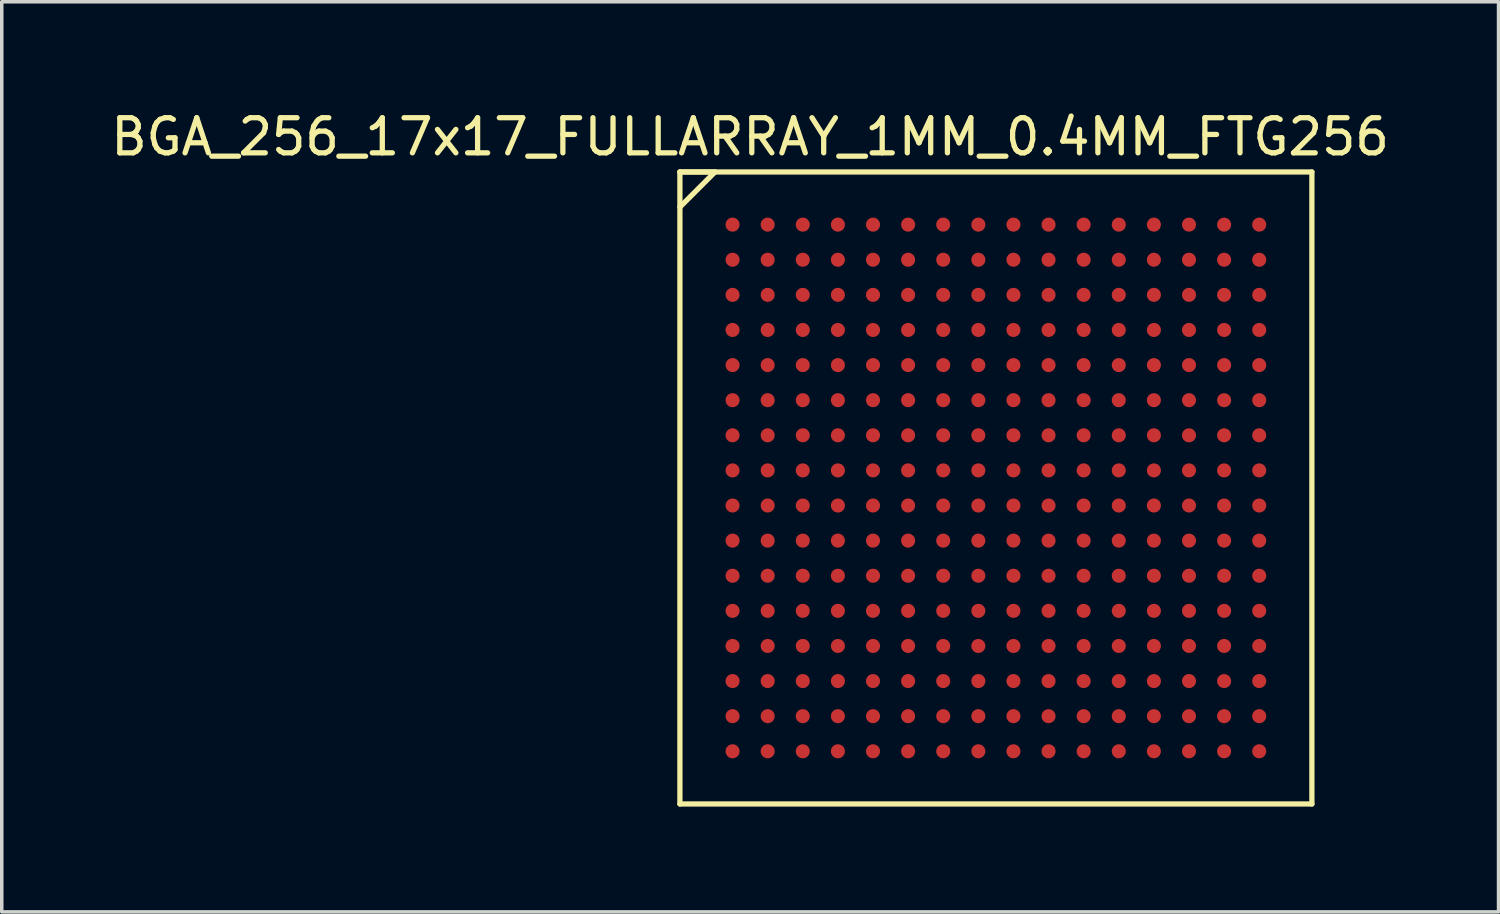
<source format=kicad_pcb>
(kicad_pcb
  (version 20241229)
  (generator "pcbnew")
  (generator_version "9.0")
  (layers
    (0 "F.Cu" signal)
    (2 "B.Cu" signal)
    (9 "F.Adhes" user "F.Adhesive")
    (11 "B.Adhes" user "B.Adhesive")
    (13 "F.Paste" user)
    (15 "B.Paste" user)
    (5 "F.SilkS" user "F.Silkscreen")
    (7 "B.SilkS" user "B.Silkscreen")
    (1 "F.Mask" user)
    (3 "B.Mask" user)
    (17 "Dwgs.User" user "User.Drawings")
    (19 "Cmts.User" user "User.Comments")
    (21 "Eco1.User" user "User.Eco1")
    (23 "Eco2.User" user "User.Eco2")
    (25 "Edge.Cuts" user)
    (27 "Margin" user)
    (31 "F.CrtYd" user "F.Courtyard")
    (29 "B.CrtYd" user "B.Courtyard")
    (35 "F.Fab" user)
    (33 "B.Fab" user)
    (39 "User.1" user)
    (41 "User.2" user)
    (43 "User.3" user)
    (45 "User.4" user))
  (footprint "BGA_256_17x17_FULLARRAY_1MM_0.4MM_FTG256"
    (layer "F.Cu")
    (at 25.315 10.848)
    (property "Reference" "BGA_256_17x17_FULLARRAY_1MM_0.4MM_FTG256" (at -7 -10 0) (layer "F.SilkS") (effects (font (size 1 1) (thickness 0.15))))
    (attr smd)
    (fp_line (start -9 -9) (end -9 9) (stroke (width 0.15) (type solid)) (layer "F.SilkS"))
    (fp_line (start -9 -9) (end -8 -9) (stroke (width 0.15) (type solid)) (layer "F.SilkS"))
    (fp_line (start -9 9) (end 9 9) (stroke (width 0.15) (type solid)) (layer "F.SilkS"))
    (fp_line (start -8 -9) (end -9 -8) (stroke (width 0.15) (type solid)) (layer "F.SilkS"))
    (fp_line (start 9 -9) (end -9 -9) (stroke (width 0.15) (type solid)) (layer "F.SilkS"))
    (fp_line (start 9 9) (end 9 -9) (stroke (width 0.15) (type solid)) (layer "F.SilkS"))
    (pad "A1" smd circle (at -7.5 -7.5) (size 0.4 0.4) (layers "F.Cu" "F.Mask" "F.Paste"))
    (pad "A2" smd circle (at -6.5 -7.5) (size 0.4 0.4) (layers "F.Cu" "F.Mask" "F.Paste"))
    (pad "A3" smd circle (at -5.5 -7.5) (size 0.4 0.4) (layers "F.Cu" "F.Mask" "F.Paste"))
    (pad "A4" smd circle (at -4.5 -7.5) (size 0.4 0.4) (layers "F.Cu" "F.Mask" "F.Paste"))
    (pad "A5" smd circle (at -3.5 -7.5) (size 0.4 0.4) (layers "F.Cu" "F.Mask" "F.Paste"))
    (pad "A6" smd circle (at -2.5 -7.5) (size 0.4 0.4) (layers "F.Cu" "F.Mask" "F.Paste"))
    (pad "A7" smd circle (at -1.5 -7.5) (size 0.4 0.4) (layers "F.Cu" "F.Mask" "F.Paste"))
    (pad "A8" smd circle (at -0.5 -7.5) (size 0.4 0.4) (layers "F.Cu" "F.Mask" "F.Paste"))
    (pad "A9" smd circle (at 0.5 -7.5) (size 0.4 0.4) (layers "F.Cu" "F.Mask" "F.Paste"))
    (pad "A10" smd circle (at 1.5 -7.5) (size 0.4 0.4) (layers "F.Cu" "F.Mask" "F.Paste"))
    (pad "A11" smd circle (at 2.5 -7.5) (size 0.4 0.4) (layers "F.Cu" "F.Mask" "F.Paste"))
    (pad "A12" smd circle (at 3.5 -7.5) (size 0.4 0.4) (layers "F.Cu" "F.Mask" "F.Paste"))
    (pad "A13" smd circle (at 4.5 -7.5) (size 0.4 0.4) (layers "F.Cu" "F.Mask" "F.Paste"))
    (pad "A14" smd circle (at 5.5 -7.5) (size 0.4 0.4) (layers "F.Cu" "F.Mask" "F.Paste"))
    (pad "A15" smd circle (at 6.5 -7.5) (size 0.4 0.4) (layers "F.Cu" "F.Mask" "F.Paste"))
    (pad "A16" smd circle (at 7.5 -7.5) (size 0.4 0.4) (layers "F.Cu" "F.Mask" "F.Paste"))
    (pad "B1" smd circle (at -7.5 -6.5) (size 0.4 0.4) (layers "F.Cu" "F.Mask" "F.Paste"))
    (pad "B2" smd circle (at -6.5 -6.5) (size 0.4 0.4) (layers "F.Cu" "F.Mask" "F.Paste"))
    (pad "B3" smd circle (at -5.5 -6.5) (size 0.4 0.4) (layers "F.Cu" "F.Mask" "F.Paste"))
    (pad "B4" smd circle (at -4.5 -6.5) (size 0.4 0.4) (layers "F.Cu" "F.Mask" "F.Paste"))
    (pad "B5" smd circle (at -3.5 -6.5) (size 0.4 0.4) (layers "F.Cu" "F.Mask" "F.Paste"))
    (pad "B6" smd circle (at -2.5 -6.5) (size 0.4 0.4) (layers "F.Cu" "F.Mask" "F.Paste"))
    (pad "B7" smd circle (at -1.5 -6.5) (size 0.4 0.4) (layers "F.Cu" "F.Mask" "F.Paste"))
    (pad "B8" smd circle (at -0.5 -6.5) (size 0.4 0.4) (layers "F.Cu" "F.Mask" "F.Paste"))
    (pad "B9" smd circle (at 0.5 -6.5) (size 0.4 0.4) (layers "F.Cu" "F.Mask" "F.Paste"))
    (pad "B10" smd circle (at 1.5 -6.5) (size 0.4 0.4) (layers "F.Cu" "F.Mask" "F.Paste"))
    (pad "B11" smd circle (at 2.5 -6.5) (size 0.4 0.4) (layers "F.Cu" "F.Mask" "F.Paste"))
    (pad "B12" smd circle (at 3.5 -6.5) (size 0.4 0.4) (layers "F.Cu" "F.Mask" "F.Paste"))
    (pad "B13" smd circle (at 4.5 -6.5) (size 0.4 0.4) (layers "F.Cu" "F.Mask" "F.Paste"))
    (pad "B14" smd circle (at 5.5 -6.5) (size 0.4 0.4) (layers "F.Cu" "F.Mask" "F.Paste"))
    (pad "B15" smd circle (at 6.5 -6.5) (size 0.4 0.4) (layers "F.Cu" "F.Mask" "F.Paste"))
    (pad "B16" smd circle (at 7.5 -6.5) (size 0.4 0.4) (layers "F.Cu" "F.Mask" "F.Paste"))
    (pad "C1" smd circle (at -7.5 -5.5) (size 0.4 0.4) (layers "F.Cu" "F.Mask" "F.Paste"))
    (pad "C2" smd circle (at -6.5 -5.5) (size 0.4 0.4) (layers "F.Cu" "F.Mask" "F.Paste"))
    (pad "C3" smd circle (at -5.5 -5.5) (size 0.4 0.4) (layers "F.Cu" "F.Mask" "F.Paste"))
    (pad "C4" smd circle (at -4.5 -5.5) (size 0.4 0.4) (layers "F.Cu" "F.Mask" "F.Paste"))
    (pad "C5" smd circle (at -3.5 -5.5) (size 0.4 0.4) (layers "F.Cu" "F.Mask" "F.Paste"))
    (pad "C6" smd circle (at -2.5 -5.5) (size 0.4 0.4) (layers "F.Cu" "F.Mask" "F.Paste"))
    (pad "C7" smd circle (at -1.5 -5.5) (size 0.4 0.4) (layers "F.Cu" "F.Mask" "F.Paste"))
    (pad "C8" smd circle (at -0.5 -5.5) (size 0.4 0.4) (layers "F.Cu" "F.Mask" "F.Paste"))
    (pad "C9" smd circle (at 0.5 -5.5) (size 0.4 0.4) (layers "F.Cu" "F.Mask" "F.Paste"))
    (pad "C10" smd circle (at 1.5 -5.5) (size 0.4 0.4) (layers "F.Cu" "F.Mask" "F.Paste"))
    (pad "C11" smd circle (at 2.5 -5.5) (size 0.4 0.4) (layers "F.Cu" "F.Mask" "F.Paste"))
    (pad "C12" smd circle (at 3.5 -5.5) (size 0.4 0.4) (layers "F.Cu" "F.Mask" "F.Paste"))
    (pad "C13" smd circle (at 4.5 -5.5) (size 0.4 0.4) (layers "F.Cu" "F.Mask" "F.Paste"))
    (pad "C14" smd circle (at 5.5 -5.5) (size 0.4 0.4) (layers "F.Cu" "F.Mask" "F.Paste"))
    (pad "C15" smd circle (at 6.5 -5.5) (size 0.4 0.4) (layers "F.Cu" "F.Mask" "F.Paste"))
    (pad "C16" smd circle (at 7.5 -5.5) (size 0.4 0.4) (layers "F.Cu" "F.Mask" "F.Paste"))
    (pad "D1" smd circle (at -7.5 -4.5) (size 0.4 0.4) (layers "F.Cu" "F.Mask" "F.Paste"))
    (pad "D2" smd circle (at -6.5 -4.5) (size 0.4 0.4) (layers "F.Cu" "F.Mask" "F.Paste"))
    (pad "D3" smd circle (at -5.5 -4.5) (size 0.4 0.4) (layers "F.Cu" "F.Mask" "F.Paste"))
    (pad "D4" smd circle (at -4.5 -4.5) (size 0.4 0.4) (layers "F.Cu" "F.Mask" "F.Paste"))
    (pad "D5" smd circle (at -3.5 -4.5) (size 0.4 0.4) (layers "F.Cu" "F.Mask" "F.Paste"))
    (pad "D6" smd circle (at -2.5 -4.5) (size 0.4 0.4) (layers "F.Cu" "F.Mask" "F.Paste"))
    (pad "D7" smd circle (at -1.5 -4.5) (size 0.4 0.4) (layers "F.Cu" "F.Mask" "F.Paste"))
    (pad "D8" smd circle (at -0.5 -4.5) (size 0.4 0.4) (layers "F.Cu" "F.Mask" "F.Paste"))
    (pad "D9" smd circle (at 0.5 -4.5) (size 0.4 0.4) (layers "F.Cu" "F.Mask" "F.Paste"))
    (pad "D10" smd circle (at 1.5 -4.5) (size 0.4 0.4) (layers "F.Cu" "F.Mask" "F.Paste"))
    (pad "D11" smd circle (at 2.5 -4.5) (size 0.4 0.4) (layers "F.Cu" "F.Mask" "F.Paste"))
    (pad "D12" smd circle (at 3.5 -4.5) (size 0.4 0.4) (layers "F.Cu" "F.Mask" "F.Paste"))
    (pad "D13" smd circle (at 4.5 -4.5) (size 0.4 0.4) (layers "F.Cu" "F.Mask" "F.Paste"))
    (pad "D14" smd circle (at 5.5 -4.5) (size 0.4 0.4) (layers "F.Cu" "F.Mask" "F.Paste"))
    (pad "D15" smd circle (at 6.5 -4.5) (size 0.4 0.4) (layers "F.Cu" "F.Mask" "F.Paste"))
    (pad "D16" smd circle (at 7.5 -4.5) (size 0.4 0.4) (layers "F.Cu" "F.Mask" "F.Paste"))
    (pad "E1" smd circle (at -7.5 -3.5) (size 0.4 0.4) (layers "F.Cu" "F.Mask" "F.Paste"))
    (pad "E2" smd circle (at -6.5 -3.5) (size 0.4 0.4) (layers "F.Cu" "F.Mask" "F.Paste"))
    (pad "E3" smd circle (at -5.5 -3.5) (size 0.4 0.4) (layers "F.Cu" "F.Mask" "F.Paste"))
    (pad "E4" smd circle (at -4.5 -3.5) (size 0.4 0.4) (layers "F.Cu" "F.Mask" "F.Paste"))
    (pad "E5" smd circle (at -3.5 -3.5) (size 0.4 0.4) (layers "F.Cu" "F.Mask" "F.Paste"))
    (pad "E6" smd circle (at -2.5 -3.5) (size 0.4 0.4) (layers "F.Cu" "F.Mask" "F.Paste"))
    (pad "E7" smd circle (at -1.5 -3.5) (size 0.4 0.4) (layers "F.Cu" "F.Mask" "F.Paste"))
    (pad "E8" smd circle (at -0.5 -3.5) (size 0.4 0.4) (layers "F.Cu" "F.Mask" "F.Paste"))
    (pad "E9" smd circle (at 0.5 -3.5) (size 0.4 0.4) (layers "F.Cu" "F.Mask" "F.Paste"))
    (pad "E10" smd circle (at 1.5 -3.5) (size 0.4 0.4) (layers "F.Cu" "F.Mask" "F.Paste"))
    (pad "E11" smd circle (at 2.5 -3.5) (size 0.4 0.4) (layers "F.Cu" "F.Mask" "F.Paste"))
    (pad "E12" smd circle (at 3.5 -3.5) (size 0.4 0.4) (layers "F.Cu" "F.Mask" "F.Paste"))
    (pad "E13" smd circle (at 4.5 -3.5) (size 0.4 0.4) (layers "F.Cu" "F.Mask" "F.Paste"))
    (pad "E14" smd circle (at 5.5 -3.5) (size 0.4 0.4) (layers "F.Cu" "F.Mask" "F.Paste"))
    (pad "E15" smd circle (at 6.5 -3.5) (size 0.4 0.4) (layers "F.Cu" "F.Mask" "F.Paste"))
    (pad "E16" smd circle (at 7.5 -3.5) (size 0.4 0.4) (layers "F.Cu" "F.Mask" "F.Paste"))
    (pad "F1" smd circle (at -7.5 -2.5) (size 0.4 0.4) (layers "F.Cu" "F.Mask" "F.Paste"))
    (pad "F2" smd circle (at -6.5 -2.5) (size 0.4 0.4) (layers "F.Cu" "F.Mask" "F.Paste"))
    (pad "F3" smd circle (at -5.5 -2.5) (size 0.4 0.4) (layers "F.Cu" "F.Mask" "F.Paste"))
    (pad "F4" smd circle (at -4.5 -2.5) (size 0.4 0.4) (layers "F.Cu" "F.Mask" "F.Paste"))
    (pad "F5" smd circle (at -3.5 -2.5) (size 0.4 0.4) (layers "F.Cu" "F.Mask" "F.Paste"))
    (pad "F6" smd circle (at -2.5 -2.5) (size 0.4 0.4) (layers "F.Cu" "F.Mask" "F.Paste"))
    (pad "F7" smd circle (at -1.5 -2.5) (size 0.4 0.4) (layers "F.Cu" "F.Mask" "F.Paste"))
    (pad "F8" smd circle (at -0.5 -2.5) (size 0.4 0.4) (layers "F.Cu" "F.Mask" "F.Paste"))
    (pad "F9" smd circle (at 0.5 -2.5) (size 0.4 0.4) (layers "F.Cu" "F.Mask" "F.Paste"))
    (pad "F10" smd circle (at 1.5 -2.5) (size 0.4 0.4) (layers "F.Cu" "F.Mask" "F.Paste"))
    (pad "F11" smd circle (at 2.5 -2.5) (size 0.4 0.4) (layers "F.Cu" "F.Mask" "F.Paste"))
    (pad "F12" smd circle (at 3.5 -2.5) (size 0.4 0.4) (layers "F.Cu" "F.Mask" "F.Paste"))
    (pad "F13" smd circle (at 4.5 -2.5) (size 0.4 0.4) (layers "F.Cu" "F.Mask" "F.Paste"))
    (pad "F14" smd circle (at 5.5 -2.5) (size 0.4 0.4) (layers "F.Cu" "F.Mask" "F.Paste"))
    (pad "F15" smd circle (at 6.5 -2.5) (size 0.4 0.4) (layers "F.Cu" "F.Mask" "F.Paste"))
    (pad "F16" smd circle (at 7.5 -2.5) (size 0.4 0.4) (layers "F.Cu" "F.Mask" "F.Paste"))
    (pad "G1" smd circle (at -7.5 -1.5) (size 0.4 0.4) (layers "F.Cu" "F.Mask" "F.Paste"))
    (pad "G2" smd circle (at -6.5 -1.5) (size 0.4 0.4) (layers "F.Cu" "F.Mask" "F.Paste"))
    (pad "G3" smd circle (at -5.5 -1.5) (size 0.4 0.4) (layers "F.Cu" "F.Mask" "F.Paste"))
    (pad "G4" smd circle (at -4.5 -1.5) (size 0.4 0.4) (layers "F.Cu" "F.Mask" "F.Paste"))
    (pad "G5" smd circle (at -3.5 -1.5) (size 0.4 0.4) (layers "F.Cu" "F.Mask" "F.Paste"))
    (pad "G6" smd circle (at -2.5 -1.5) (size 0.4 0.4) (layers "F.Cu" "F.Mask" "F.Paste"))
    (pad "G7" smd circle (at -1.5 -1.5) (size 0.4 0.4) (layers "F.Cu" "F.Mask" "F.Paste"))
    (pad "G8" smd circle (at -0.5 -1.5) (size 0.4 0.4) (layers "F.Cu" "F.Mask" "F.Paste"))
    (pad "G9" smd circle (at 0.5 -1.5) (size 0.4 0.4) (layers "F.Cu" "F.Mask" "F.Paste"))
    (pad "G10" smd circle (at 1.5 -1.5) (size 0.4 0.4) (layers "F.Cu" "F.Mask" "F.Paste"))
    (pad "G11" smd circle (at 2.5 -1.5) (size 0.4 0.4) (layers "F.Cu" "F.Mask" "F.Paste"))
    (pad "G12" smd circle (at 3.5 -1.5) (size 0.4 0.4) (layers "F.Cu" "F.Mask" "F.Paste"))
    (pad "G13" smd circle (at 4.5 -1.5) (size 0.4 0.4) (layers "F.Cu" "F.Mask" "F.Paste"))
    (pad "G14" smd circle (at 5.5 -1.5) (size 0.4 0.4) (layers "F.Cu" "F.Mask" "F.Paste"))
    (pad "G15" smd circle (at 6.5 -1.5) (size 0.4 0.4) (layers "F.Cu" "F.Mask" "F.Paste"))
    (pad "G16" smd circle (at 7.5 -1.5) (size 0.4 0.4) (layers "F.Cu" "F.Mask" "F.Paste"))
    (pad "H1" smd circle (at -7.5 -0.5) (size 0.4 0.4) (layers "F.Cu" "F.Mask" "F.Paste"))
    (pad "H2" smd circle (at -6.5 -0.5) (size 0.4 0.4) (layers "F.Cu" "F.Mask" "F.Paste"))
    (pad "H3" smd circle (at -5.5 -0.5) (size 0.4 0.4) (layers "F.Cu" "F.Mask" "F.Paste"))
    (pad "H4" smd circle (at -4.5 -0.5) (size 0.4 0.4) (layers "F.Cu" "F.Mask" "F.Paste"))
    (pad "H5" smd circle (at -3.5 -0.5) (size 0.4 0.4) (layers "F.Cu" "F.Mask" "F.Paste"))
    (pad "H6" smd circle (at -2.5 -0.5) (size 0.4 0.4) (layers "F.Cu" "F.Mask" "F.Paste"))
    (pad "H7" smd circle (at -1.5 -0.5) (size 0.4 0.4) (layers "F.Cu" "F.Mask" "F.Paste"))
    (pad "H8" smd circle (at -0.5 -0.5) (size 0.4 0.4) (layers "F.Cu" "F.Mask" "F.Paste"))
    (pad "H9" smd circle (at 0.5 -0.5) (size 0.4 0.4) (layers "F.Cu" "F.Mask" "F.Paste"))
    (pad "H10" smd circle (at 1.5 -0.5) (size 0.4 0.4) (layers "F.Cu" "F.Mask" "F.Paste"))
    (pad "H11" smd circle (at 2.5 -0.5) (size 0.4 0.4) (layers "F.Cu" "F.Mask" "F.Paste"))
    (pad "H12" smd circle (at 3.5 -0.5) (size 0.4 0.4) (layers "F.Cu" "F.Mask" "F.Paste"))
    (pad "H13" smd circle (at 4.5 -0.5) (size 0.4 0.4) (layers "F.Cu" "F.Mask" "F.Paste"))
    (pad "H14" smd circle (at 5.5 -0.5) (size 0.4 0.4) (layers "F.Cu" "F.Mask" "F.Paste"))
    (pad "H15" smd circle (at 6.5 -0.5) (size 0.4 0.4) (layers "F.Cu" "F.Mask" "F.Paste"))
    (pad "H16" smd circle (at 7.5 -0.5) (size 0.4 0.4) (layers "F.Cu" "F.Mask" "F.Paste"))
    (pad "J1" smd circle (at -7.5 0.5) (size 0.4 0.4) (layers "F.Cu" "F.Mask" "F.Paste"))
    (pad "J2" smd circle (at -6.5 0.5) (size 0.4 0.4) (layers "F.Cu" "F.Mask" "F.Paste"))
    (pad "J3" smd circle (at -5.5 0.5) (size 0.4 0.4) (layers "F.Cu" "F.Mask" "F.Paste"))
    (pad "J4" smd circle (at -4.5 0.5) (size 0.4 0.4) (layers "F.Cu" "F.Mask" "F.Paste"))
    (pad "J5" smd circle (at -3.5 0.5) (size 0.4 0.4) (layers "F.Cu" "F.Mask" "F.Paste"))
    (pad "J6" smd circle (at -2.5 0.5) (size 0.4 0.4) (layers "F.Cu" "F.Mask" "F.Paste"))
    (pad "J7" smd circle (at -1.5 0.5) (size 0.4 0.4) (layers "F.Cu" "F.Mask" "F.Paste"))
    (pad "J8" smd circle (at -0.5 0.5) (size 0.4 0.4) (layers "F.Cu" "F.Mask" "F.Paste"))
    (pad "J9" smd circle (at 0.5 0.5) (size 0.4 0.4) (layers "F.Cu" "F.Mask" "F.Paste"))
    (pad "J10" smd circle (at 1.5 0.5) (size 0.4 0.4) (layers "F.Cu" "F.Mask" "F.Paste"))
    (pad "J11" smd circle (at 2.5 0.5) (size 0.4 0.4) (layers "F.Cu" "F.Mask" "F.Paste"))
    (pad "J12" smd circle (at 3.5 0.5) (size 0.4 0.4) (layers "F.Cu" "F.Mask" "F.Paste"))
    (pad "J13" smd circle (at 4.5 0.5) (size 0.4 0.4) (layers "F.Cu" "F.Mask" "F.Paste"))
    (pad "J14" smd circle (at 5.5 0.5) (size 0.4 0.4) (layers "F.Cu" "F.Mask" "F.Paste"))
    (pad "J15" smd circle (at 6.5 0.5) (size 0.4 0.4) (layers "F.Cu" "F.Mask" "F.Paste"))
    (pad "J16" smd circle (at 7.5 0.5) (size 0.4 0.4) (layers "F.Cu" "F.Mask" "F.Paste"))
    (pad "K1" smd circle (at -7.5 1.5) (size 0.4 0.4) (layers "F.Cu" "F.Mask" "F.Paste"))
    (pad "K2" smd circle (at -6.5 1.5) (size 0.4 0.4) (layers "F.Cu" "F.Mask" "F.Paste"))
    (pad "K3" smd circle (at -5.5 1.5) (size 0.4 0.4) (layers "F.Cu" "F.Mask" "F.Paste"))
    (pad "K4" smd circle (at -4.5 1.5) (size 0.4 0.4) (layers "F.Cu" "F.Mask" "F.Paste"))
    (pad "K5" smd circle (at -3.5 1.5) (size 0.4 0.4) (layers "F.Cu" "F.Mask" "F.Paste"))
    (pad "K6" smd circle (at -2.5 1.5) (size 0.4 0.4) (layers "F.Cu" "F.Mask" "F.Paste"))
    (pad "K7" smd circle (at -1.5 1.5) (size 0.4 0.4) (layers "F.Cu" "F.Mask" "F.Paste"))
    (pad "K8" smd circle (at -0.5 1.5) (size 0.4 0.4) (layers "F.Cu" "F.Mask" "F.Paste"))
    (pad "K9" smd circle (at 0.5 1.5) (size 0.4 0.4) (layers "F.Cu" "F.Mask" "F.Paste"))
    (pad "K10" smd circle (at 1.5 1.5) (size 0.4 0.4) (layers "F.Cu" "F.Mask" "F.Paste"))
    (pad "K11" smd circle (at 2.5 1.5) (size 0.4 0.4) (layers "F.Cu" "F.Mask" "F.Paste"))
    (pad "K12" smd circle (at 3.5 1.5) (size 0.4 0.4) (layers "F.Cu" "F.Mask" "F.Paste"))
    (pad "K13" smd circle (at 4.5 1.5) (size 0.4 0.4) (layers "F.Cu" "F.Mask" "F.Paste"))
    (pad "K14" smd circle (at 5.5 1.5) (size 0.4 0.4) (layers "F.Cu" "F.Mask" "F.Paste"))
    (pad "K15" smd circle (at 6.5 1.5) (size 0.4 0.4) (layers "F.Cu" "F.Mask" "F.Paste"))
    (pad "K16" smd circle (at 7.5 1.5) (size 0.4 0.4) (layers "F.Cu" "F.Mask" "F.Paste"))
    (pad "L1" smd circle (at -7.5 2.5) (size 0.4 0.4) (layers "F.Cu" "F.Mask" "F.Paste"))
    (pad "L2" smd circle (at -6.5 2.5) (size 0.4 0.4) (layers "F.Cu" "F.Mask" "F.Paste"))
    (pad "L3" smd circle (at -5.5 2.5) (size 0.4 0.4) (layers "F.Cu" "F.Mask" "F.Paste"))
    (pad "L4" smd circle (at -4.5 2.5) (size 0.4 0.4) (layers "F.Cu" "F.Mask" "F.Paste"))
    (pad "L5" smd circle (at -3.5 2.5) (size 0.4 0.4) (layers "F.Cu" "F.Mask" "F.Paste"))
    (pad "L6" smd circle (at -2.5 2.5) (size 0.4 0.4) (layers "F.Cu" "F.Mask" "F.Paste"))
    (pad "L7" smd circle (at -1.5 2.5) (size 0.4 0.4) (layers "F.Cu" "F.Mask" "F.Paste"))
    (pad "L8" smd circle (at -0.5 2.5) (size 0.4 0.4) (layers "F.Cu" "F.Mask" "F.Paste"))
    (pad "L9" smd circle (at 0.5 2.5) (size 0.4 0.4) (layers "F.Cu" "F.Mask" "F.Paste"))
    (pad "L10" smd circle (at 1.5 2.5) (size 0.4 0.4) (layers "F.Cu" "F.Mask" "F.Paste"))
    (pad "L11" smd circle (at 2.5 2.5) (size 0.4 0.4) (layers "F.Cu" "F.Mask" "F.Paste"))
    (pad "L12" smd circle (at 3.5 2.5) (size 0.4 0.4) (layers "F.Cu" "F.Mask" "F.Paste"))
    (pad "L13" smd circle (at 4.5 2.5) (size 0.4 0.4) (layers "F.Cu" "F.Mask" "F.Paste"))
    (pad "L14" smd circle (at 5.5 2.5) (size 0.4 0.4) (layers "F.Cu" "F.Mask" "F.Paste"))
    (pad "L15" smd circle (at 6.5 2.5) (size 0.4 0.4) (layers "F.Cu" "F.Mask" "F.Paste"))
    (pad "L16" smd circle (at 7.5 2.5) (size 0.4 0.4) (layers "F.Cu" "F.Mask" "F.Paste"))
    (pad "M1" smd circle (at -7.5 3.5) (size 0.4 0.4) (layers "F.Cu" "F.Mask" "F.Paste"))
    (pad "M2" smd circle (at -6.5 3.5) (size 0.4 0.4) (layers "F.Cu" "F.Mask" "F.Paste"))
    (pad "M3" smd circle (at -5.5 3.5) (size 0.4 0.4) (layers "F.Cu" "F.Mask" "F.Paste"))
    (pad "M4" smd circle (at -4.5 3.5) (size 0.4 0.4) (layers "F.Cu" "F.Mask" "F.Paste"))
    (pad "M5" smd circle (at -3.5 3.5) (size 0.4 0.4) (layers "F.Cu" "F.Mask" "F.Paste"))
    (pad "M6" smd circle (at -2.5 3.5) (size 0.4 0.4) (layers "F.Cu" "F.Mask" "F.Paste"))
    (pad "M7" smd circle (at -1.5 3.5) (size 0.4 0.4) (layers "F.Cu" "F.Mask" "F.Paste"))
    (pad "M8" smd circle (at -0.5 3.5) (size 0.4 0.4) (layers "F.Cu" "F.Mask" "F.Paste"))
    (pad "M9" smd circle (at 0.5 3.5) (size 0.4 0.4) (layers "F.Cu" "F.Mask" "F.Paste"))
    (pad "M10" smd circle (at 1.5 3.5) (size 0.4 0.4) (layers "F.Cu" "F.Mask" "F.Paste"))
    (pad "M11" smd circle (at 2.5 3.5) (size 0.4 0.4) (layers "F.Cu" "F.Mask" "F.Paste"))
    (pad "M12" smd circle (at 3.5 3.5) (size 0.4 0.4) (layers "F.Cu" "F.Mask" "F.Paste"))
    (pad "M13" smd circle (at 4.5 3.5) (size 0.4 0.4) (layers "F.Cu" "F.Mask" "F.Paste"))
    (pad "M14" smd circle (at 5.5 3.5) (size 0.4 0.4) (layers "F.Cu" "F.Mask" "F.Paste"))
    (pad "M15" smd circle (at 6.5 3.5) (size 0.4 0.4) (layers "F.Cu" "F.Mask" "F.Paste"))
    (pad "M16" smd circle (at 7.5 3.5) (size 0.4 0.4) (layers "F.Cu" "F.Mask" "F.Paste"))
    (pad "N1" smd circle (at -7.5 4.5) (size 0.4 0.4) (layers "F.Cu" "F.Mask" "F.Paste"))
    (pad "N2" smd circle (at -6.5 4.5) (size 0.4 0.4) (layers "F.Cu" "F.Mask" "F.Paste"))
    (pad "N3" smd circle (at -5.5 4.5) (size 0.4 0.4) (layers "F.Cu" "F.Mask" "F.Paste"))
    (pad "N4" smd circle (at -4.5 4.5) (size 0.4 0.4) (layers "F.Cu" "F.Mask" "F.Paste"))
    (pad "N5" smd circle (at -3.5 4.5) (size 0.4 0.4) (layers "F.Cu" "F.Mask" "F.Paste"))
    (pad "N6" smd circle (at -2.5 4.5) (size 0.4 0.4) (layers "F.Cu" "F.Mask" "F.Paste"))
    (pad "N7" smd circle (at -1.5 4.5) (size 0.4 0.4) (layers "F.Cu" "F.Mask" "F.Paste"))
    (pad "N8" smd circle (at -0.5 4.5) (size 0.4 0.4) (layers "F.Cu" "F.Mask" "F.Paste"))
    (pad "N9" smd circle (at 0.5 4.5) (size 0.4 0.4) (layers "F.Cu" "F.Mask" "F.Paste"))
    (pad "N10" smd circle (at 1.5 4.5) (size 0.4 0.4) (layers "F.Cu" "F.Mask" "F.Paste"))
    (pad "N11" smd circle (at 2.5 4.5) (size 0.4 0.4) (layers "F.Cu" "F.Mask" "F.Paste"))
    (pad "N12" smd circle (at 3.5 4.5) (size 0.4 0.4) (layers "F.Cu" "F.Mask" "F.Paste"))
    (pad "N13" smd circle (at 4.5 4.5) (size 0.4 0.4) (layers "F.Cu" "F.Mask" "F.Paste"))
    (pad "N14" smd circle (at 5.5 4.5) (size 0.4 0.4) (layers "F.Cu" "F.Mask" "F.Paste"))
    (pad "N15" smd circle (at 6.5 4.5) (size 0.4 0.4) (layers "F.Cu" "F.Mask" "F.Paste"))
    (pad "N16" smd circle (at 7.5 4.5) (size 0.4 0.4) (layers "F.Cu" "F.Mask" "F.Paste"))
    (pad "P1" smd circle (at -7.5 5.5) (size 0.4 0.4) (layers "F.Cu" "F.Mask" "F.Paste"))
    (pad "P2" smd circle (at -6.5 5.5) (size 0.4 0.4) (layers "F.Cu" "F.Mask" "F.Paste"))
    (pad "P3" smd circle (at -5.5 5.5) (size 0.4 0.4) (layers "F.Cu" "F.Mask" "F.Paste"))
    (pad "P4" smd circle (at -4.5 5.5) (size 0.4 0.4) (layers "F.Cu" "F.Mask" "F.Paste"))
    (pad "P5" smd circle (at -3.5 5.5) (size 0.4 0.4) (layers "F.Cu" "F.Mask" "F.Paste"))
    (pad "P6" smd circle (at -2.5 5.5) (size 0.4 0.4) (layers "F.Cu" "F.Mask" "F.Paste"))
    (pad "P7" smd circle (at -1.5 5.5) (size 0.4 0.4) (layers "F.Cu" "F.Mask" "F.Paste"))
    (pad "P8" smd circle (at -0.5 5.5) (size 0.4 0.4) (layers "F.Cu" "F.Mask" "F.Paste"))
    (pad "P9" smd circle (at 0.5 5.5) (size 0.4 0.4) (layers "F.Cu" "F.Mask" "F.Paste"))
    (pad "P10" smd circle (at 1.5 5.5) (size 0.4 0.4) (layers "F.Cu" "F.Mask" "F.Paste"))
    (pad "P11" smd circle (at 2.5 5.5) (size 0.4 0.4) (layers "F.Cu" "F.Mask" "F.Paste"))
    (pad "P12" smd circle (at 3.5 5.5) (size 0.4 0.4) (layers "F.Cu" "F.Mask" "F.Paste"))
    (pad "P13" smd circle (at 4.5 5.5) (size 0.4 0.4) (layers "F.Cu" "F.Mask" "F.Paste"))
    (pad "P14" smd circle (at 5.5 5.5) (size 0.4 0.4) (layers "F.Cu" "F.Mask" "F.Paste"))
    (pad "P15" smd circle (at 6.5 5.5) (size 0.4 0.4) (layers "F.Cu" "F.Mask" "F.Paste"))
    (pad "P16" smd circle (at 7.5 5.5) (size 0.4 0.4) (layers "F.Cu" "F.Mask" "F.Paste"))
    (pad "R1" smd circle (at -7.5 6.5) (size 0.4 0.4) (layers "F.Cu" "F.Mask" "F.Paste"))
    (pad "R2" smd circle (at -6.5 6.5) (size 0.4 0.4) (layers "F.Cu" "F.Mask" "F.Paste"))
    (pad "R3" smd circle (at -5.5 6.5) (size 0.4 0.4) (layers "F.Cu" "F.Mask" "F.Paste"))
    (pad "R4" smd circle (at -4.5 6.5) (size 0.4 0.4) (layers "F.Cu" "F.Mask" "F.Paste"))
    (pad "R5" smd circle (at -3.5 6.5) (size 0.4 0.4) (layers "F.Cu" "F.Mask" "F.Paste"))
    (pad "R6" smd circle (at -2.5 6.5) (size 0.4 0.4) (layers "F.Cu" "F.Mask" "F.Paste"))
    (pad "R7" smd circle (at -1.5 6.5) (size 0.4 0.4) (layers "F.Cu" "F.Mask" "F.Paste"))
    (pad "R8" smd circle (at -0.5 6.5) (size 0.4 0.4) (layers "F.Cu" "F.Mask" "F.Paste"))
    (pad "R9" smd circle (at 0.5 6.5) (size 0.4 0.4) (layers "F.Cu" "F.Mask" "F.Paste"))
    (pad "R10" smd circle (at 1.5 6.5) (size 0.4 0.4) (layers "F.Cu" "F.Mask" "F.Paste"))
    (pad "R11" smd circle (at 2.5 6.5) (size 0.4 0.4) (layers "F.Cu" "F.Mask" "F.Paste"))
    (pad "R12" smd circle (at 3.5 6.5) (size 0.4 0.4) (layers "F.Cu" "F.Mask" "F.Paste"))
    (pad "R13" smd circle (at 4.5 6.5) (size 0.4 0.4) (layers "F.Cu" "F.Mask" "F.Paste"))
    (pad "R14" smd circle (at 5.5 6.5) (size 0.4 0.4) (layers "F.Cu" "F.Mask" "F.Paste"))
    (pad "R15" smd circle (at 6.5 6.5) (size 0.4 0.4) (layers "F.Cu" "F.Mask" "F.Paste"))
    (pad "R16" smd circle (at 7.5 6.5) (size 0.4 0.4) (layers "F.Cu" "F.Mask" "F.Paste"))
    (pad "T1" smd circle (at -7.5 7.5) (size 0.4 0.4) (layers "F.Cu" "F.Mask" "F.Paste"))
    (pad "T2" smd circle (at -6.5 7.5) (size 0.4 0.4) (layers "F.Cu" "F.Mask" "F.Paste"))
    (pad "T3" smd circle (at -5.5 7.5) (size 0.4 0.4) (layers "F.Cu" "F.Mask" "F.Paste"))
    (pad "T4" smd circle (at -4.5 7.5) (size 0.4 0.4) (layers "F.Cu" "F.Mask" "F.Paste"))
    (pad "T5" smd circle (at -3.5 7.5) (size 0.4 0.4) (layers "F.Cu" "F.Mask" "F.Paste"))
    (pad "T6" smd circle (at -2.5 7.5) (size 0.4 0.4) (layers "F.Cu" "F.Mask" "F.Paste"))
    (pad "T7" smd circle (at -1.5 7.5) (size 0.4 0.4) (layers "F.Cu" "F.Mask" "F.Paste"))
    (pad "T8" smd circle (at -0.5 7.5) (size 0.4 0.4) (layers "F.Cu" "F.Mask" "F.Paste"))
    (pad "T9" smd circle (at 0.5 7.5) (size 0.4 0.4) (layers "F.Cu" "F.Mask" "F.Paste"))
    (pad "T10" smd circle (at 1.5 7.5) (size 0.4 0.4) (layers "F.Cu" "F.Mask" "F.Paste"))
    (pad "T11" smd circle (at 2.5 7.5) (size 0.4 0.4) (layers "F.Cu" "F.Mask" "F.Paste"))
    (pad "T12" smd circle (at 3.5 7.5) (size 0.4 0.4) (layers "F.Cu" "F.Mask" "F.Paste"))
    (pad "T13" smd circle (at 4.5 7.5) (size 0.4 0.4) (layers "F.Cu" "F.Mask" "F.Paste"))
    (pad "T14" smd circle (at 5.5 7.5) (size 0.4 0.4) (layers "F.Cu" "F.Mask" "F.Paste"))
    (pad "T15" smd circle (at 6.5 7.5) (size 0.4 0.4) (layers "F.Cu" "F.Mask" "F.Paste"))
    (pad "T16" smd circle (at 7.5 7.5) (size 0.4 0.4) (layers "F.Cu" "F.Mask" "F.Paste")))
  (gr_rect
    (start -3 -3)
    (end 39.631 22.923)
    (stroke (width 0.1) (type default))
    (fill no)
    (layer "Edge.Cuts")))
</source>
